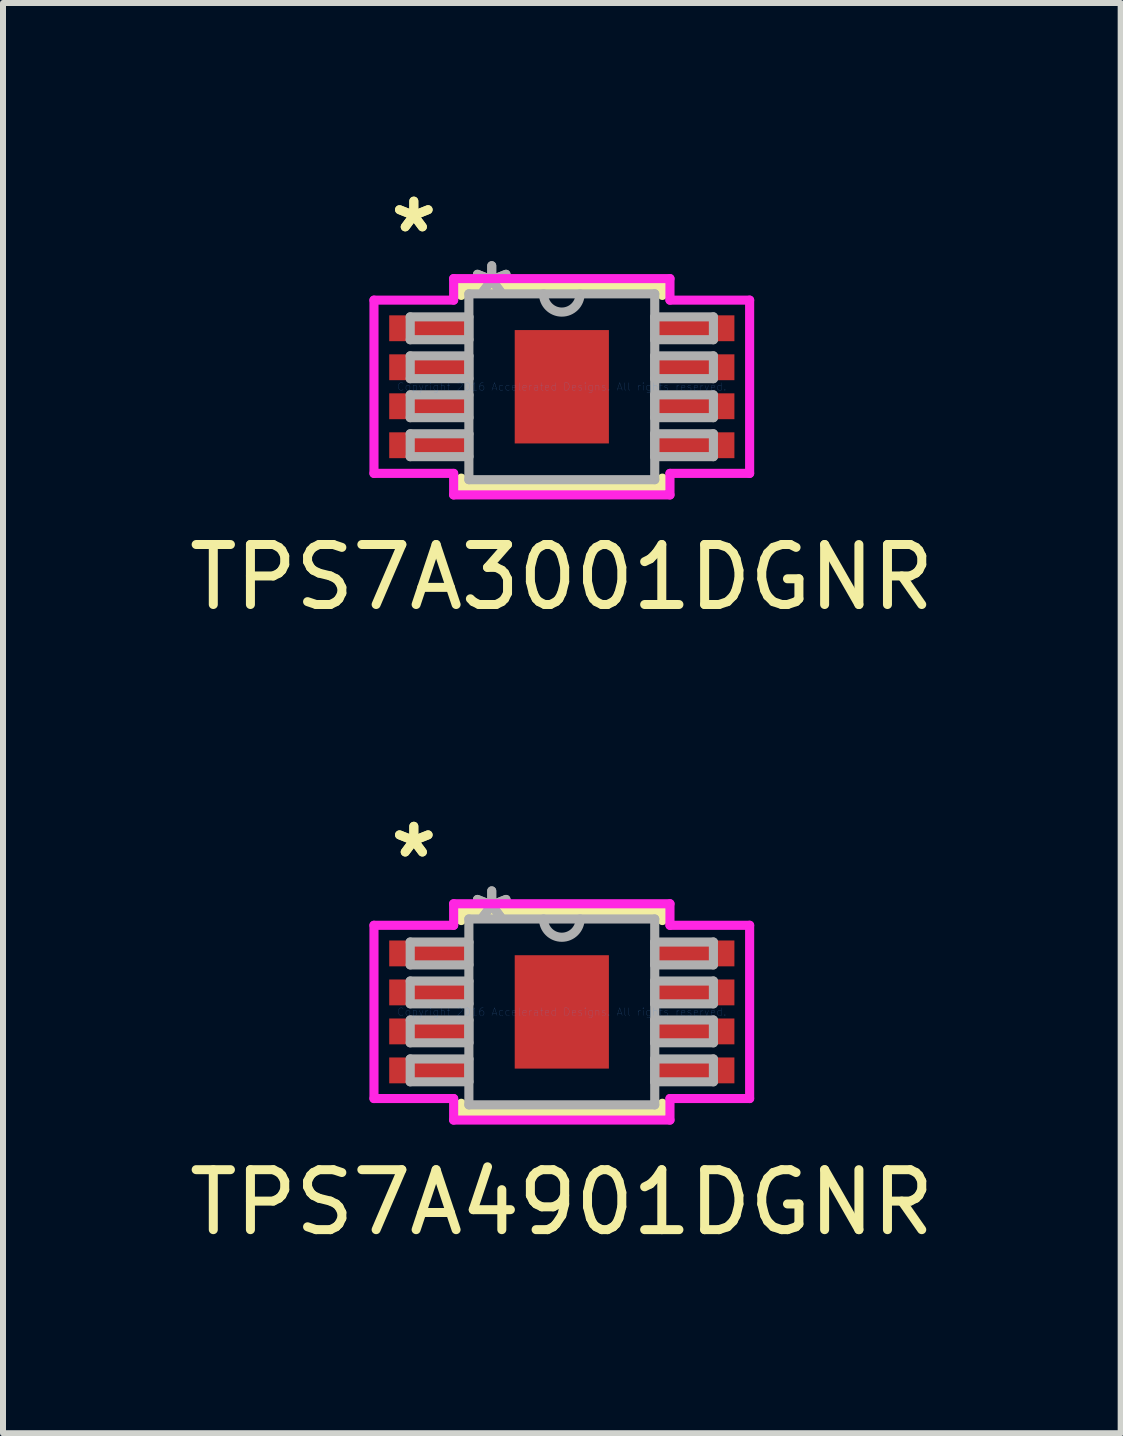
<source format=kicad_pcb>
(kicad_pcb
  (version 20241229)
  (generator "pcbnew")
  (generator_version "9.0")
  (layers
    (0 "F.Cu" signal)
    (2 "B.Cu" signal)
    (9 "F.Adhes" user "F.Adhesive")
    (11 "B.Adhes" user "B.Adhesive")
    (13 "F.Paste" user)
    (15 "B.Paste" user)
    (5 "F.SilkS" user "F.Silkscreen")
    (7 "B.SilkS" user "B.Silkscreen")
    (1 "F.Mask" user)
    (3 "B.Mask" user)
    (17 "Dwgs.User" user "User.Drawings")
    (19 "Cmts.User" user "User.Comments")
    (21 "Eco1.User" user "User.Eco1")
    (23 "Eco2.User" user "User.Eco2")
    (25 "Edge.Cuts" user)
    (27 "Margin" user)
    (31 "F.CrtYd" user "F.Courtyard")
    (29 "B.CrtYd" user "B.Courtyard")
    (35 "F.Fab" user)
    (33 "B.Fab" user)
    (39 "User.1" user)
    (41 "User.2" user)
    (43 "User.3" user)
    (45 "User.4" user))
  (footprint "TPS7A3001DGNR"
    (layer "F.Cu")
    (at 6.315 3.397)
    (property "Reference" "TPS7A3001DGNR" (at 0 3.175 0) (layer "F.SilkS") (effects (font (size 1 1) (thickness 0.15))))
    (attr through_hole)
    (fp_line (start -1.676 -1.676) (end -1.676 -1.523) (stroke (width 0.152) (type solid)) (layer "F.SilkS"))
    (fp_line (start -1.676 1.523) (end -1.676 1.676) (stroke (width 0.152) (type solid)) (layer "F.SilkS"))
    (fp_line (start -1.676 1.676) (end 1.676 1.676) (stroke (width 0.152) (type solid)) (layer "F.SilkS"))
    (fp_line (start 1.676 -1.676) (end -1.676 -1.676) (stroke (width 0.152) (type solid)) (layer "F.SilkS"))
    (fp_line (start 1.676 -1.523) (end 1.676 -1.676) (stroke (width 0.152) (type solid)) (layer "F.SilkS"))
    (fp_line (start 1.676 1.676) (end 1.676 1.523) (stroke (width 0.152) (type solid)) (layer "F.SilkS"))
    (fp_line (start -3.131 -1.444) (end -1.803 -1.444) (stroke (width 0.152) (type solid)) (layer "F.CrtYd"))
    (fp_line (start -3.131 1.444) (end -3.131 -1.444) (stroke (width 0.152) (type solid)) (layer "F.CrtYd"))
    (fp_line (start -1.803 -1.803) (end 1.803 -1.803) (stroke (width 0.152) (type solid)) (layer "F.CrtYd"))
    (fp_line (start -1.803 -1.444) (end -1.803 -1.803) (stroke (width 0.152) (type solid)) (layer "F.CrtYd"))
    (fp_line (start -1.803 1.444) (end -3.131 1.444) (stroke (width 0.152) (type solid)) (layer "F.CrtYd"))
    (fp_line (start -1.803 1.803) (end -1.803 1.444) (stroke (width 0.152) (type solid)) (layer "F.CrtYd"))
    (fp_line (start 1.803 -1.803) (end 1.803 -1.444) (stroke (width 0.152) (type solid)) (layer "F.CrtYd"))
    (fp_line (start 1.803 -1.444) (end 3.131 -1.444) (stroke (width 0.152) (type solid)) (layer "F.CrtYd"))
    (fp_line (start 1.803 1.444) (end 1.803 1.803) (stroke (width 0.152) (type solid)) (layer "F.CrtYd"))
    (fp_line (start 1.803 1.803) (end -1.803 1.803) (stroke (width 0.152) (type solid)) (layer "F.CrtYd"))
    (fp_line (start 3.131 -1.444) (end 3.131 1.444) (stroke (width 0.152) (type solid)) (layer "F.CrtYd"))
    (fp_line (start 3.131 1.444) (end 1.803 1.444) (stroke (width 0.152) (type solid)) (layer "F.CrtYd"))
    (fp_line (start -2.527 -1.165) (end -2.527 -0.784) (stroke (width 0.152) (type solid)) (layer "F.Fab"))
    (fp_line (start -2.527 -0.784) (end -1.549 -0.784) (stroke (width 0.152) (type solid)) (layer "F.Fab"))
    (fp_line (start -2.527 -0.515) (end -2.527 -0.135) (stroke (width 0.152) (type solid)) (layer "F.Fab"))
    (fp_line (start -2.527 -0.135) (end -1.549 -0.135) (stroke (width 0.152) (type solid)) (layer "F.Fab"))
    (fp_line (start -2.527 0.135) (end -2.527 0.515) (stroke (width 0.152) (type solid)) (layer "F.Fab"))
    (fp_line (start -2.527 0.515) (end -1.549 0.515) (stroke (width 0.152) (type solid)) (layer "F.Fab"))
    (fp_line (start -2.527 0.784) (end -2.527 1.165) (stroke (width 0.152) (type solid)) (layer "F.Fab"))
    (fp_line (start -2.527 1.165) (end -1.549 1.165) (stroke (width 0.152) (type solid)) (layer "F.Fab"))
    (fp_line (start -1.549 -1.549) (end -1.549 1.549) (stroke (width 0.152) (type solid)) (layer "F.Fab"))
    (fp_line (start -1.549 -1.165) (end -2.527 -1.165) (stroke (width 0.152) (type solid)) (layer "F.Fab"))
    (fp_line (start -1.549 -0.784) (end -1.549 -1.165) (stroke (width 0.152) (type solid)) (layer "F.Fab"))
    (fp_line (start -1.549 -0.515) (end -2.527 -0.515) (stroke (width 0.152) (type solid)) (layer "F.Fab"))
    (fp_line (start -1.549 -0.135) (end -1.549 -0.515) (stroke (width 0.152) (type solid)) (layer "F.Fab"))
    (fp_line (start -1.549 0.135) (end -2.527 0.135) (stroke (width 0.152) (type solid)) (layer "F.Fab"))
    (fp_line (start -1.549 0.515) (end -1.549 0.135) (stroke (width 0.152) (type solid)) (layer "F.Fab"))
    (fp_line (start -1.549 0.784) (end -2.527 0.784) (stroke (width 0.152) (type solid)) (layer "F.Fab"))
    (fp_line (start -1.549 1.165) (end -1.549 0.784) (stroke (width 0.152) (type solid)) (layer "F.Fab"))
    (fp_line (start -1.549 1.549) (end 1.549 1.549) (stroke (width 0.152) (type solid)) (layer "F.Fab"))
    (fp_line (start 1.549 -1.549) (end -1.549 -1.549) (stroke (width 0.152) (type solid)) (layer "F.Fab"))
    (fp_line (start 1.549 -1.165) (end 1.549 -0.784) (stroke (width 0.152) (type solid)) (layer "F.Fab"))
    (fp_line (start 1.549 -0.784) (end 2.527 -0.784) (stroke (width 0.152) (type solid)) (layer "F.Fab"))
    (fp_line (start 1.549 -0.515) (end 1.549 -0.135) (stroke (width 0.152) (type solid)) (layer "F.Fab"))
    (fp_line (start 1.549 -0.135) (end 2.527 -0.135) (stroke (width 0.152) (type solid)) (layer "F.Fab"))
    (fp_line (start 1.549 0.135) (end 1.549 0.515) (stroke (width 0.152) (type solid)) (layer "F.Fab"))
    (fp_line (start 1.549 0.515) (end 2.527 0.515) (stroke (width 0.152) (type solid)) (layer "F.Fab"))
    (fp_line (start 1.549 0.784) (end 1.549 1.165) (stroke (width 0.152) (type solid)) (layer "F.Fab"))
    (fp_line (start 1.549 1.165) (end 2.527 1.165) (stroke (width 0.152) (type solid)) (layer "F.Fab"))
    (fp_line (start 1.549 1.549) (end 1.549 -1.549) (stroke (width 0.152) (type solid)) (layer "F.Fab"))
    (fp_line (start 2.527 -1.165) (end 1.549 -1.165) (stroke (width 0.152) (type solid)) (layer "F.Fab"))
    (fp_line (start 2.527 -0.784) (end 2.527 -1.165) (stroke (width 0.152) (type solid)) (layer "F.Fab"))
    (fp_line (start 2.527 -0.515) (end 1.549 -0.515) (stroke (width 0.152) (type solid)) (layer "F.Fab"))
    (fp_line (start 2.527 -0.135) (end 2.527 -0.515) (stroke (width 0.152) (type solid)) (layer "F.Fab"))
    (fp_line (start 2.527 0.135) (end 1.549 0.135) (stroke (width 0.152) (type solid)) (layer "F.Fab"))
    (fp_line (start 2.527 0.515) (end 2.527 0.135) (stroke (width 0.152) (type solid)) (layer "F.Fab"))
    (fp_line (start 2.527 0.784) (end 1.549 0.784) (stroke (width 0.152) (type solid)) (layer "F.Fab"))
    (fp_line (start 2.527 1.165) (end 2.527 0.784) (stroke (width 0.152) (type solid)) (layer "F.Fab"))
    (fp_arc (start 0.3048 -1.5494) (mid 0 -1.2446) (end -0.3048 -1.5494) (stroke (width 0.1524) (type solid)) (layer "F.Fab"))
    (fp_text user "*" (at -2.467 -2.549 0) (layer "F.SilkS") (effects (font (size 1 1) (thickness 0.15))))
    (fp_text user "*" (at -2.467 -2.549 0) (layer "F.SilkS") (effects (font (size 1 1) (thickness 0.15))))
    (fp_text user "Copyright 2016 Accelerated Designs. All rights reserved." (at 0 0 0) (layer "Cmts.User") (effects (font (size 0.127 0.127) (thickness 0.002))))
    (fp_text user "*" (at -1.168 -1.473 0) (layer "F.Fab") (effects (font (size 1 1) (thickness 0.15))))
    (fp_text user "*" (at -1.168 -1.473 0) (layer "F.Fab") (effects (font (size 1 1) (thickness 0.15))))
    (pad "1" smd rect (at -2.213 -0.975) (size 1.328 0.431) (layers "F.Cu" "F.Mask" "F.Paste"))
    (pad "2" smd rect (at -2.213 -0.325) (size 1.328 0.431) (layers "F.Cu" "F.Mask" "F.Paste"))
    (pad "3" smd rect (at -2.213 0.325) (size 1.328 0.431) (layers "F.Cu" "F.Mask" "F.Paste"))
    (pad "4" smd rect (at -2.213 0.975) (size 1.328 0.431) (layers "F.Cu" "F.Mask" "F.Paste"))
    (pad "5" smd rect (at 2.213 0.975) (size 1.328 0.431) (layers "F.Cu" "F.Mask" "F.Paste"))
    (pad "6" smd rect (at 2.213 0.325) (size 1.328 0.431) (layers "F.Cu" "F.Mask" "F.Paste"))
    (pad "7" smd rect (at 2.213 -0.325) (size 1.328 0.431) (layers "F.Cu" "F.Mask" "F.Paste"))
    (pad "8" smd rect (at 2.213 -0.975) (size 1.328 0.431) (layers "F.Cu" "F.Mask" "F.Paste"))
    (pad "EPAD" smd rect (at 0 0) (size 1.57 1.89) (layers "F.Cu" "F.Mask" "F.Paste")))
  (footprint "TPS7A4901DGNR"
    (layer "F.Cu")
    (at 6.315 13.818)
    (property "Reference" "TPS7A4901DGNR" (at 0 3.175 0) (layer "F.SilkS") (effects (font (size 1 1) (thickness 0.15))))
    (attr through_hole)
    (fp_line (start -1.676 -1.676) (end -1.676 -1.523) (stroke (width 0.152) (type solid)) (layer "F.SilkS"))
    (fp_line (start -1.676 1.523) (end -1.676 1.676) (stroke (width 0.152) (type solid)) (layer "F.SilkS"))
    (fp_line (start -1.676 1.676) (end 1.676 1.676) (stroke (width 0.152) (type solid)) (layer "F.SilkS"))
    (fp_line (start 1.676 -1.676) (end -1.676 -1.676) (stroke (width 0.152) (type solid)) (layer "F.SilkS"))
    (fp_line (start 1.676 -1.523) (end 1.676 -1.676) (stroke (width 0.152) (type solid)) (layer "F.SilkS"))
    (fp_line (start 1.676 1.676) (end 1.676 1.523) (stroke (width 0.152) (type solid)) (layer "F.SilkS"))
    (fp_line (start -3.131 -1.444) (end -1.803 -1.444) (stroke (width 0.152) (type solid)) (layer "F.CrtYd"))
    (fp_line (start -3.131 1.444) (end -3.131 -1.444) (stroke (width 0.152) (type solid)) (layer "F.CrtYd"))
    (fp_line (start -1.803 -1.803) (end 1.803 -1.803) (stroke (width 0.152) (type solid)) (layer "F.CrtYd"))
    (fp_line (start -1.803 -1.444) (end -1.803 -1.803) (stroke (width 0.152) (type solid)) (layer "F.CrtYd"))
    (fp_line (start -1.803 1.444) (end -3.131 1.444) (stroke (width 0.152) (type solid)) (layer "F.CrtYd"))
    (fp_line (start -1.803 1.803) (end -1.803 1.444) (stroke (width 0.152) (type solid)) (layer "F.CrtYd"))
    (fp_line (start 1.803 -1.803) (end 1.803 -1.444) (stroke (width 0.152) (type solid)) (layer "F.CrtYd"))
    (fp_line (start 1.803 -1.444) (end 3.131 -1.444) (stroke (width 0.152) (type solid)) (layer "F.CrtYd"))
    (fp_line (start 1.803 1.444) (end 1.803 1.803) (stroke (width 0.152) (type solid)) (layer "F.CrtYd"))
    (fp_line (start 1.803 1.803) (end -1.803 1.803) (stroke (width 0.152) (type solid)) (layer "F.CrtYd"))
    (fp_line (start 3.131 -1.444) (end 3.131 1.444) (stroke (width 0.152) (type solid)) (layer "F.CrtYd"))
    (fp_line (start 3.131 1.444) (end 1.803 1.444) (stroke (width 0.152) (type solid)) (layer "F.CrtYd"))
    (fp_line (start -2.527 -1.165) (end -2.527 -0.784) (stroke (width 0.152) (type solid)) (layer "F.Fab"))
    (fp_line (start -2.527 -0.784) (end -1.549 -0.784) (stroke (width 0.152) (type solid)) (layer "F.Fab"))
    (fp_line (start -2.527 -0.515) (end -2.527 -0.135) (stroke (width 0.152) (type solid)) (layer "F.Fab"))
    (fp_line (start -2.527 -0.135) (end -1.549 -0.135) (stroke (width 0.152) (type solid)) (layer "F.Fab"))
    (fp_line (start -2.527 0.135) (end -2.527 0.515) (stroke (width 0.152) (type solid)) (layer "F.Fab"))
    (fp_line (start -2.527 0.515) (end -1.549 0.515) (stroke (width 0.152) (type solid)) (layer "F.Fab"))
    (fp_line (start -2.527 0.784) (end -2.527 1.165) (stroke (width 0.152) (type solid)) (layer "F.Fab"))
    (fp_line (start -2.527 1.165) (end -1.549 1.165) (stroke (width 0.152) (type solid)) (layer "F.Fab"))
    (fp_line (start -1.549 -1.549) (end -1.549 1.549) (stroke (width 0.152) (type solid)) (layer "F.Fab"))
    (fp_line (start -1.549 -1.165) (end -2.527 -1.165) (stroke (width 0.152) (type solid)) (layer "F.Fab"))
    (fp_line (start -1.549 -0.784) (end -1.549 -1.165) (stroke (width 0.152) (type solid)) (layer "F.Fab"))
    (fp_line (start -1.549 -0.515) (end -2.527 -0.515) (stroke (width 0.152) (type solid)) (layer "F.Fab"))
    (fp_line (start -1.549 -0.135) (end -1.549 -0.515) (stroke (width 0.152) (type solid)) (layer "F.Fab"))
    (fp_line (start -1.549 0.135) (end -2.527 0.135) (stroke (width 0.152) (type solid)) (layer "F.Fab"))
    (fp_line (start -1.549 0.515) (end -1.549 0.135) (stroke (width 0.152) (type solid)) (layer "F.Fab"))
    (fp_line (start -1.549 0.784) (end -2.527 0.784) (stroke (width 0.152) (type solid)) (layer "F.Fab"))
    (fp_line (start -1.549 1.165) (end -1.549 0.784) (stroke (width 0.152) (type solid)) (layer "F.Fab"))
    (fp_line (start -1.549 1.549) (end 1.549 1.549) (stroke (width 0.152) (type solid)) (layer "F.Fab"))
    (fp_line (start 1.549 -1.549) (end -1.549 -1.549) (stroke (width 0.152) (type solid)) (layer "F.Fab"))
    (fp_line (start 1.549 -1.165) (end 1.549 -0.784) (stroke (width 0.152) (type solid)) (layer "F.Fab"))
    (fp_line (start 1.549 -0.784) (end 2.527 -0.784) (stroke (width 0.152) (type solid)) (layer "F.Fab"))
    (fp_line (start 1.549 -0.515) (end 1.549 -0.135) (stroke (width 0.152) (type solid)) (layer "F.Fab"))
    (fp_line (start 1.549 -0.135) (end 2.527 -0.135) (stroke (width 0.152) (type solid)) (layer "F.Fab"))
    (fp_line (start 1.549 0.135) (end 1.549 0.515) (stroke (width 0.152) (type solid)) (layer "F.Fab"))
    (fp_line (start 1.549 0.515) (end 2.527 0.515) (stroke (width 0.152) (type solid)) (layer "F.Fab"))
    (fp_line (start 1.549 0.784) (end 1.549 1.165) (stroke (width 0.152) (type solid)) (layer "F.Fab"))
    (fp_line (start 1.549 1.165) (end 2.527 1.165) (stroke (width 0.152) (type solid)) (layer "F.Fab"))
    (fp_line (start 1.549 1.549) (end 1.549 -1.549) (stroke (width 0.152) (type solid)) (layer "F.Fab"))
    (fp_line (start 2.527 -1.165) (end 1.549 -1.165) (stroke (width 0.152) (type solid)) (layer "F.Fab"))
    (fp_line (start 2.527 -0.784) (end 2.527 -1.165) (stroke (width 0.152) (type solid)) (layer "F.Fab"))
    (fp_line (start 2.527 -0.515) (end 1.549 -0.515) (stroke (width 0.152) (type solid)) (layer "F.Fab"))
    (fp_line (start 2.527 -0.135) (end 2.527 -0.515) (stroke (width 0.152) (type solid)) (layer "F.Fab"))
    (fp_line (start 2.527 0.135) (end 1.549 0.135) (stroke (width 0.152) (type solid)) (layer "F.Fab"))
    (fp_line (start 2.527 0.515) (end 2.527 0.135) (stroke (width 0.152) (type solid)) (layer "F.Fab"))
    (fp_line (start 2.527 0.784) (end 1.549 0.784) (stroke (width 0.152) (type solid)) (layer "F.Fab"))
    (fp_line (start 2.527 1.165) (end 2.527 0.784) (stroke (width 0.152) (type solid)) (layer "F.Fab"))
    (fp_arc (start 0.3048 -1.5494) (mid 0 -1.2446) (end -0.3048 -1.5494) (stroke (width 0.1524) (type solid)) (layer "F.Fab"))
    (fp_text user "*" (at -2.467 -2.549 0) (layer "F.SilkS") (effects (font (size 1 1) (thickness 0.15))))
    (fp_text user "*" (at -2.467 -2.549 0) (layer "F.SilkS") (effects (font (size 1 1) (thickness 0.15))))
    (fp_text user "Copyright 2016 Accelerated Designs. All rights reserved." (at 0 0 0) (layer "Cmts.User") (effects (font (size 0.127 0.127) (thickness 0.002))))
    (fp_text user "*" (at -1.168 -1.473 0) (layer "F.Fab") (effects (font (size 1 1) (thickness 0.15))))
    (fp_text user "*" (at -1.168 -1.473 0) (layer "F.Fab") (effects (font (size 1 1) (thickness 0.15))))
    (pad "1" smd rect (at -2.213 -0.975) (size 1.328 0.431) (layers "F.Cu" "F.Mask" "F.Paste"))
    (pad "2" smd rect (at -2.213 -0.325) (size 1.328 0.431) (layers "F.Cu" "F.Mask" "F.Paste"))
    (pad "3" smd rect (at -2.213 0.325) (size 1.328 0.431) (layers "F.Cu" "F.Mask" "F.Paste"))
    (pad "4" smd rect (at -2.213 0.975) (size 1.328 0.431) (layers "F.Cu" "F.Mask" "F.Paste"))
    (pad "5" smd rect (at 2.213 0.975) (size 1.328 0.431) (layers "F.Cu" "F.Mask" "F.Paste"))
    (pad "6" smd rect (at 2.213 0.325) (size 1.328 0.431) (layers "F.Cu" "F.Mask" "F.Paste"))
    (pad "7" smd rect (at 2.213 -0.325) (size 1.328 0.431) (layers "F.Cu" "F.Mask" "F.Paste"))
    (pad "8" smd rect (at 2.213 -0.975) (size 1.328 0.431) (layers "F.Cu" "F.Mask" "F.Paste"))
    (pad "EPAD" smd rect (at 0 0) (size 1.57 1.89) (layers "F.Cu" "F.Mask" "F.Paste")))
  (gr_rect
    (start -3 -3)
    (end 15.631 20.841)
    (stroke (width 0.1) (type default))
    (fill no)
    (layer "Edge.Cuts")))
</source>
